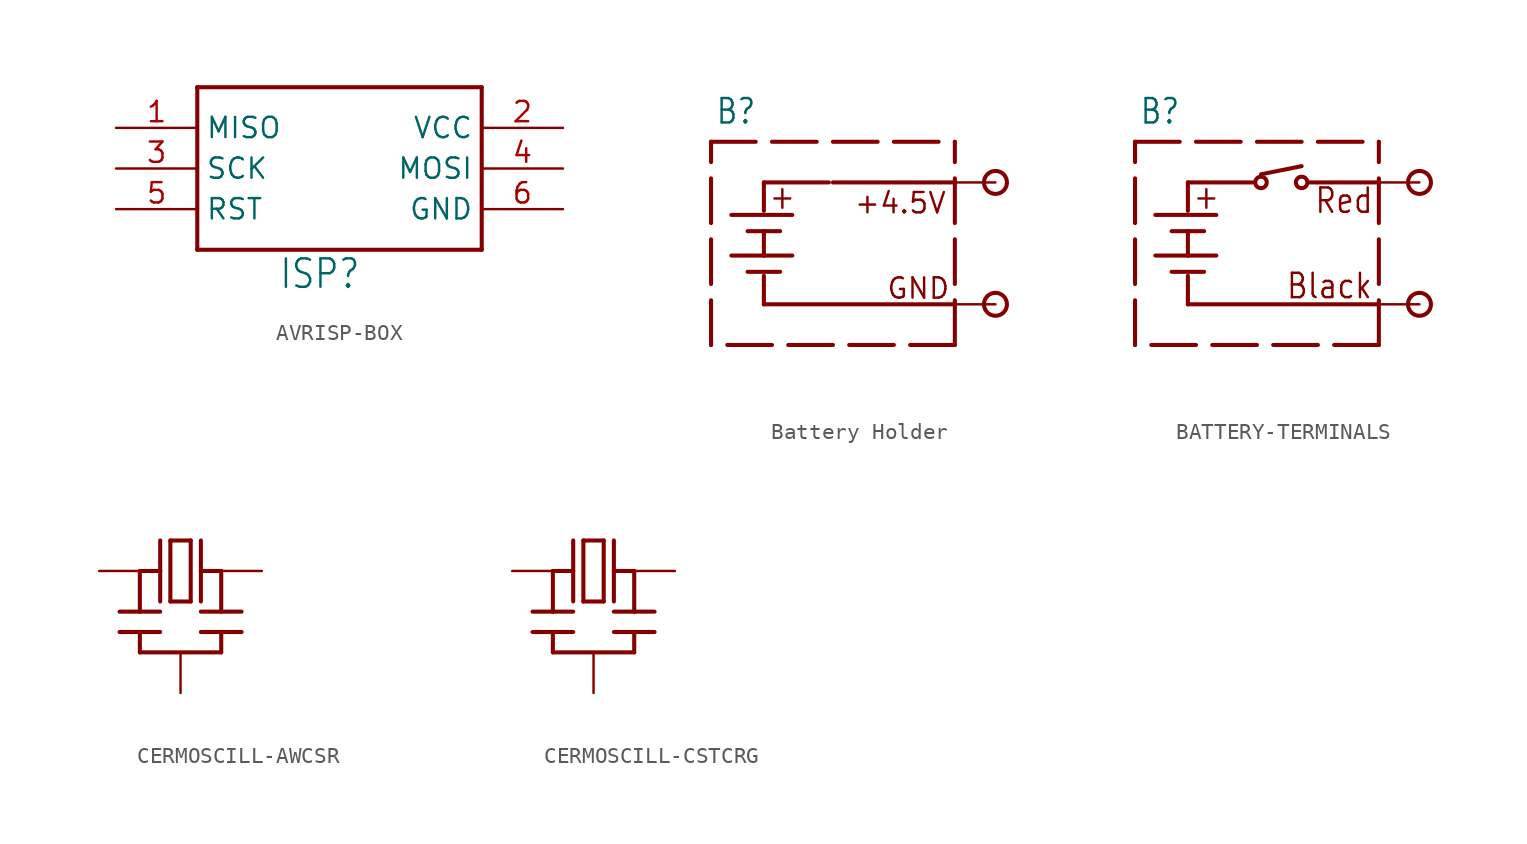
<source format=kicad_sym>
(kicad_symbol_lib
  (version 20231120)
  (generator "kicad_symbol_editor")
  (generator_version "8.0")
  (symbol "AVRISP-BOX"
    (property "Reference" "ISP"
      (at -2.54 -7.62 0)
      (effects (font (size 1.778 1.511)) (justify left bottom)))
    (property "ki_locked" ""
      (at 0 0 0)
      (effects (font (size 1.27 1.27))))
    (symbol "AVRISP-BOX_1_0"
      (polyline (pts (xy -7.62 -5.08) (xy -7.62 5.08)) (stroke (width 0.254) (type solid)) (fill (type none)))
      (polyline (pts (xy -7.62 5.08) (xy 10.16 5.08)) (stroke (width 0.254) (type solid)) (fill (type none)))
      (polyline (pts (xy 10.16 -5.08) (xy -7.62 -5.08)) (stroke (width 0.254) (type solid)) (fill (type none)))
      (polyline (pts (xy 10.16 5.08) (xy 10.16 -5.08)) (stroke (width 0.254) (type solid)) (fill (type none)))
      (pin input line (at -12.7 2.54 0) (length 5.08) (name "MISO" (effects (font (size 1.27 1.27)))) (number "1" (effects (font (size 1.27 1.27)))))
      (pin power_in line (at 15.24 2.54 180) (length 5.08) (name "VCC" (effects (font (size 1.27 1.27)))) (number "2" (effects (font (size 1.27 1.27)))))
      (pin output line (at -12.7 0 0) (length 5.08) (name "SCK" (effects (font (size 1.27 1.27)))) (number "3" (effects (font (size 1.27 1.27)))))
      (pin output line (at 15.24 0 180) (length 5.08) (name "MOSI" (effects (font (size 1.27 1.27)))) (number "4" (effects (font (size 1.27 1.27)))))
      (pin output line (at -12.7 -2.54 0) (length 5.08) (name "RST" (effects (font (size 1.27 1.27)))) (number "5" (effects (font (size 1.27 1.27)))))
      (pin power_in line (at 15.24 -2.54 180) (length 5.08) (name "GND" (effects (font (size 1.27 1.27)))) (number "6" (effects (font (size 1.27 1.27)))))))
  (symbol "Battery Holder"
    (property "Reference" "B"
      (at -7.366 6.096 0)
      (effects (font (size 1.524 1.295)) (justify left bottom)))
    (property "Value" ""
      (at -7.366 -10.16 0)
      (effects (font (size 1.524 1.295)) (justify left bottom)))
    (property "ki_locked" ""
      (at 0 0 0)
      (effects (font (size 1.27 1.27))))
    (symbol "Battery Holder_1_0"
      (polyline (pts (xy -7.62 -7.62) (xy -7.62 5.08)) (stroke (width 0.254) (type dash)) (fill (type none)))
      (polyline (pts (xy -7.62 5.08) (xy 7.62 5.08)) (stroke (width 0.254) (type dash)) (fill (type none)))
      (polyline (pts (xy -6.35 -2.032) (xy -4.318 -2.032)) (stroke (width 0.254) (type solid)) (fill (type none)))
      (polyline (pts (xy -6.35 0.508) (xy -2.54 0.508)) (stroke (width 0.254) (type solid)) (fill (type none)))
      (polyline (pts (xy -5.334 -3.048) (xy -3.302 -3.048)) (stroke (width 0.254) (type solid)) (fill (type none)))
      (polyline (pts (xy -5.334 -0.508) (xy -4.318 -0.508)) (stroke (width 0.254) (type solid)) (fill (type none)))
      (polyline (pts (xy -4.318 -5.08) (xy -4.318 -3.302)) (stroke (width 0.254) (type solid)) (fill (type none)))
      (polyline (pts (xy -4.318 -2.032) (xy -2.54 -2.032)) (stroke (width 0.254) (type solid)) (fill (type none)))
      (polyline (pts (xy -4.318 -0.508) (xy -4.318 -2.032)) (stroke (width 0.254) (type solid)) (fill (type none)))
      (polyline (pts (xy -4.318 -0.508) (xy -3.302 -0.508)) (stroke (width 0.254) (type solid)) (fill (type none)))
      (polyline (pts (xy -4.318 0.762) (xy -4.318 2.54)) (stroke (width 0.254) (type solid)) (fill (type none)))
      (polyline (pts (xy -4.318 2.54) (xy -0.254 2.54)) (stroke (width 0.254) (type solid)) (fill (type none)))
      (polyline (pts (xy 7.62 -7.62) (xy -7.62 -7.62)) (stroke (width 0.254) (type dash)) (fill (type none)))
      (polyline (pts (xy 7.62 -7.62) (xy 7.62 5.08)) (stroke (width 0.254) (type dash)) (fill (type none)))
      (polyline (pts (xy 7.62 -5.08) (xy -4.318 -5.08)) (stroke (width 0.254) (type solid)) (fill (type none)))
      (polyline (pts (xy 7.62 2.54) (xy 0 2.54)) (stroke (width 0.254) (type solid)) (fill (type none)))
      (circle (center 10.16 -5.08) (radius 0.718) (stroke (width 0.254) (type solid)) (fill (type none)))
      (circle (center 10.16 2.54) (radius 0.718) (stroke (width 0.254) (type solid)) (fill (type none)))
      (text "+" (at -4.064 0.762 0) (effects (font (size 1.524 1.295)) (justify left bottom)))
      (text "+4.5V" (at 1.27 0.508 0) (effects (font (size 1.27 1.27)) (justify left bottom)))
      (text "GND" (at 3.302 -4.826 0) (effects (font (size 1.27 1.27)) (justify left bottom)))
      (pin power_out line (at 10.16 2.54 180) (length 2.54) (name "+" (effects (font (size 0 0)))) (number "+" (effects (font (size 0 0)))))
      (pin power_out line (at 10.16 -5.08 180) (length 2.54) (name "-" (effects (font (size 0 0)))) (number "-" (effects (font (size 0 0)))))))
  (symbol "BATTERY-TERMINALS"
    (property "Reference" "B"
      (at -7.366 6.096 0)
      (effects (font (size 1.524 1.295)) (justify left bottom)))
    (property "Value" ""
      (at -7.366 -10.16 0)
      (effects (font (size 1.524 1.295)) (justify left bottom)))
    (property "ki_locked" ""
      (at 0 0 0)
      (effects (font (size 1.27 1.27))))
    (symbol "BATTERY-TERMINALS_1_0"
      (polyline (pts (xy -7.62 -7.62) (xy -7.62 5.08)) (stroke (width 0.254) (type dash)) (fill (type none)))
      (polyline (pts (xy -7.62 5.08) (xy 7.62 5.08)) (stroke (width 0.254) (type dash)) (fill (type none)))
      (polyline (pts (xy -6.35 -2.032) (xy -4.318 -2.032)) (stroke (width 0.254) (type solid)) (fill (type none)))
      (polyline (pts (xy -6.35 0.508) (xy -2.54 0.508)) (stroke (width 0.254) (type solid)) (fill (type none)))
      (polyline (pts (xy -5.334 -3.048) (xy -3.302 -3.048)) (stroke (width 0.254) (type solid)) (fill (type none)))
      (polyline (pts (xy -5.334 -0.508) (xy -4.318 -0.508)) (stroke (width 0.254) (type solid)) (fill (type none)))
      (polyline (pts (xy -4.318 -5.08) (xy -4.318 -3.302)) (stroke (width 0.254) (type solid)) (fill (type none)))
      (polyline (pts (xy -4.318 -2.032) (xy -2.54 -2.032)) (stroke (width 0.254) (type solid)) (fill (type none)))
      (polyline (pts (xy -4.318 -0.508) (xy -4.318 -2.032)) (stroke (width 0.254) (type solid)) (fill (type none)))
      (polyline (pts (xy -4.318 -0.508) (xy -3.302 -0.508)) (stroke (width 0.254) (type solid)) (fill (type none)))
      (polyline (pts (xy -4.318 0.762) (xy -4.318 2.54)) (stroke (width 0.254) (type solid)) (fill (type none)))
      (polyline (pts (xy -4.318 2.54) (xy -0.254 2.54)) (stroke (width 0.254) (type solid)) (fill (type none)))
      (polyline (pts (xy 0.254 3.048) (xy 2.794 3.556)) (stroke (width 0.254) (type solid)) (fill (type none)))
      (polyline (pts (xy 7.62 -7.62) (xy -7.62 -7.62)) (stroke (width 0.254) (type dash)) (fill (type none)))
      (polyline (pts (xy 7.62 -7.62) (xy 7.62 5.08)) (stroke (width 0.254) (type dash)) (fill (type none)))
      (polyline (pts (xy 7.62 -5.08) (xy -4.318 -5.08)) (stroke (width 0.254) (type solid)) (fill (type none)))
      (polyline (pts (xy 7.62 2.54) (xy 3.302 2.54)) (stroke (width 0.254) (type solid)) (fill (type none)))
      (circle (center 0.254 2.54) (radius 0.359) (stroke (width 0.254) (type solid)) (fill (type none)))
      (circle (center 2.794 2.54) (radius 0.359) (stroke (width 0.254) (type solid)) (fill (type none)))
      (circle (center 10.16 -5.08) (radius 0.718) (stroke (width 0.254) (type solid)) (fill (type none)))
      (circle (center 10.16 2.54) (radius 0.718) (stroke (width 0.254) (type solid)) (fill (type none)))
      (text "+" (at -4.064 0.762 0) (effects (font (size 1.524 1.295)) (justify left bottom)))
      (text "Black" (at 1.778 -4.826 0) (effects (font (size 1.524 1.295)) (justify left bottom)))
      (text "Red" (at 3.556 0.508 0) (effects (font (size 1.524 1.295)) (justify left bottom)))
      (pin power_out line (at 10.16 2.54 180) (length 2.54) (name "+" (effects (font (size 0 0)))) (number "+" (effects (font (size 0 0)))))
      (pin power_out line (at 10.16 -5.08 180) (length 2.54) (name "-" (effects (font (size 0 0)))) (number "-" (effects (font (size 0 0)))))))
  (symbol "CERMOSCILL-AWCSR"
    (property "Reference" ""
      (at -3.81 -3.81 0)
      (effects (font (size 1.778 1.511)) (justify right top) (hide yes)))
    (property "Value" ""
      (at 12.7 -3.81 0)
      (effects (font (size 1.778 1.511)) (justify right top)))
    (property "ki_locked" ""
      (at 0 0 0)
      (effects (font (size 1.27 1.27))))
    (symbol "CERMOSCILL-AWCSR_1_0"
      (polyline (pts (xy -3.81 2.54) (xy -2.54 2.54)) (stroke (width 0.254) (type solid)) (fill (type none)))
      (polyline (pts (xy -2.54 0) (xy 2.54 0)) (stroke (width 0.254) (type solid)) (fill (type none)))
      (polyline (pts (xy -2.54 1.27) (xy -3.81 1.27)) (stroke (width 0.254) (type solid)) (fill (type none)))
      (polyline (pts (xy -2.54 1.27) (xy -2.54 0)) (stroke (width 0.254) (type solid)) (fill (type none)))
      (polyline (pts (xy -2.54 2.54) (xy -2.54 5.08)) (stroke (width 0.254) (type solid)) (fill (type none)))
      (polyline (pts (xy -2.54 2.54) (xy -1.27 2.54)) (stroke (width 0.254) (type solid)) (fill (type none)))
      (polyline (pts (xy -2.54 5.08) (xy -1.27 5.08)) (stroke (width 0.254) (type solid)) (fill (type none)))
      (polyline (pts (xy -1.27 1.27) (xy -2.54 1.27)) (stroke (width 0.254) (type solid)) (fill (type none)))
      (polyline (pts (xy -1.27 5.08) (xy -1.27 3.175)) (stroke (width 0.254) (type solid)) (fill (type none)))
      (polyline (pts (xy -1.27 6.985) (xy -1.27 5.08)) (stroke (width 0.254) (type solid)) (fill (type none)))
      (polyline (pts (xy -0.635 3.175) (xy -0.635 6.985)) (stroke (width 0.254) (type solid)) (fill (type none)))
      (polyline (pts (xy -0.635 6.985) (xy 0.635 6.985)) (stroke (width 0.254) (type solid)) (fill (type none)))
      (polyline (pts (xy 0.635 3.175) (xy -0.635 3.175)) (stroke (width 0.254) (type solid)) (fill (type none)))
      (polyline (pts (xy 0.635 6.985) (xy 0.635 3.175)) (stroke (width 0.254) (type solid)) (fill (type none)))
      (polyline (pts (xy 1.27 1.27) (xy 2.54 1.27)) (stroke (width 0.254) (type solid)) (fill (type none)))
      (polyline (pts (xy 1.27 2.54) (xy 2.54 2.54)) (stroke (width 0.254) (type solid)) (fill (type none)))
      (polyline (pts (xy 1.27 5.08) (xy 1.27 3.175)) (stroke (width 0.254) (type solid)) (fill (type none)))
      (polyline (pts (xy 1.27 5.08) (xy 2.54 5.08)) (stroke (width 0.254) (type solid)) (fill (type none)))
      (polyline (pts (xy 1.27 6.985) (xy 1.27 5.08)) (stroke (width 0.254) (type solid)) (fill (type none)))
      (polyline (pts (xy 2.54 0) (xy 2.54 1.27)) (stroke (width 0.254) (type solid)) (fill (type none)))
      (polyline (pts (xy 2.54 1.27) (xy 3.81 1.27)) (stroke (width 0.254) (type solid)) (fill (type none)))
      (polyline (pts (xy 2.54 2.54) (xy 2.54 5.08)) (stroke (width 0.254) (type solid)) (fill (type none)))
      (polyline (pts (xy 2.54 2.54) (xy 3.81 2.54)) (stroke (width 0.254) (type solid)) (fill (type none)))
      (pin bidirectional line (at -5.08 5.08 0) (length 2.54) (name "IN" (effects (font (size 0 0)))) (number "1" (effects (font (size 0 0)))))
      (pin bidirectional line (at 0 -2.54 90) (length 2.54) (name "GND" (effects (font (size 0 0)))) (number "2" (effects (font (size 0 0)))))
      (pin bidirectional line (at 5.08 5.08 180) (length 2.54) (name "OUT" (effects (font (size 0 0)))) (number "3" (effects (font (size 0 0)))))))
  (symbol "CERMOSCILL-CSTCRG"
    (property "Reference" ""
      (at -3.81 -3.81 0)
      (effects (font (size 1.778 1.511)) (justify right top) (hide yes)))
    (property "Value" ""
      (at 12.7 -3.81 0)
      (effects (font (size 1.778 1.511)) (justify right top)))
    (property "ki_locked" ""
      (at 0 0 0)
      (effects (font (size 1.27 1.27))))
    (symbol "CERMOSCILL-CSTCRG_1_0"
      (polyline (pts (xy -3.81 2.54) (xy -2.54 2.54)) (stroke (width 0.254) (type solid)) (fill (type none)))
      (polyline (pts (xy -2.54 0) (xy 2.54 0)) (stroke (width 0.254) (type solid)) (fill (type none)))
      (polyline (pts (xy -2.54 1.27) (xy -3.81 1.27)) (stroke (width 0.254) (type solid)) (fill (type none)))
      (polyline (pts (xy -2.54 1.27) (xy -2.54 0)) (stroke (width 0.254) (type solid)) (fill (type none)))
      (polyline (pts (xy -2.54 2.54) (xy -2.54 5.08)) (stroke (width 0.254) (type solid)) (fill (type none)))
      (polyline (pts (xy -2.54 2.54) (xy -1.27 2.54)) (stroke (width 0.254) (type solid)) (fill (type none)))
      (polyline (pts (xy -2.54 5.08) (xy -1.27 5.08)) (stroke (width 0.254) (type solid)) (fill (type none)))
      (polyline (pts (xy -1.27 1.27) (xy -2.54 1.27)) (stroke (width 0.254) (type solid)) (fill (type none)))
      (polyline (pts (xy -1.27 5.08) (xy -1.27 3.175)) (stroke (width 0.254) (type solid)) (fill (type none)))
      (polyline (pts (xy -1.27 6.985) (xy -1.27 5.08)) (stroke (width 0.254) (type solid)) (fill (type none)))
      (polyline (pts (xy -0.635 3.175) (xy -0.635 6.985)) (stroke (width 0.254) (type solid)) (fill (type none)))
      (polyline (pts (xy -0.635 6.985) (xy 0.635 6.985)) (stroke (width 0.254) (type solid)) (fill (type none)))
      (polyline (pts (xy 0.635 3.175) (xy -0.635 3.175)) (stroke (width 0.254) (type solid)) (fill (type none)))
      (polyline (pts (xy 0.635 6.985) (xy 0.635 3.175)) (stroke (width 0.254) (type solid)) (fill (type none)))
      (polyline (pts (xy 1.27 1.27) (xy 2.54 1.27)) (stroke (width 0.254) (type solid)) (fill (type none)))
      (polyline (pts (xy 1.27 2.54) (xy 2.54 2.54)) (stroke (width 0.254) (type solid)) (fill (type none)))
      (polyline (pts (xy 1.27 5.08) (xy 1.27 3.175)) (stroke (width 0.254) (type solid)) (fill (type none)))
      (polyline (pts (xy 1.27 5.08) (xy 2.54 5.08)) (stroke (width 0.254) (type solid)) (fill (type none)))
      (polyline (pts (xy 1.27 6.985) (xy 1.27 5.08)) (stroke (width 0.254) (type solid)) (fill (type none)))
      (polyline (pts (xy 2.54 0) (xy 2.54 1.27)) (stroke (width 0.254) (type solid)) (fill (type none)))
      (polyline (pts (xy 2.54 1.27) (xy 3.81 1.27)) (stroke (width 0.254) (type solid)) (fill (type none)))
      (polyline (pts (xy 2.54 2.54) (xy 2.54 5.08)) (stroke (width 0.254) (type solid)) (fill (type none)))
      (polyline (pts (xy 2.54 2.54) (xy 3.81 2.54)) (stroke (width 0.254) (type solid)) (fill (type none)))
      (pin bidirectional line (at -5.08 5.08 0) (length 2.54) (name "IN" (effects (font (size 0 0)))) (number "1" (effects (font (size 0 0)))))
      (pin bidirectional line (at 0 -2.54 90) (length 2.54) (name "GND" (effects (font (size 0 0)))) (number "2" (effects (font (size 0 0)))))
      (pin bidirectional line (at 5.08 5.08 180) (length 2.54) (name "OUT" (effects (font (size 0 0)))) (number "3" (effects (font (size 0 0))))))))
</source>
